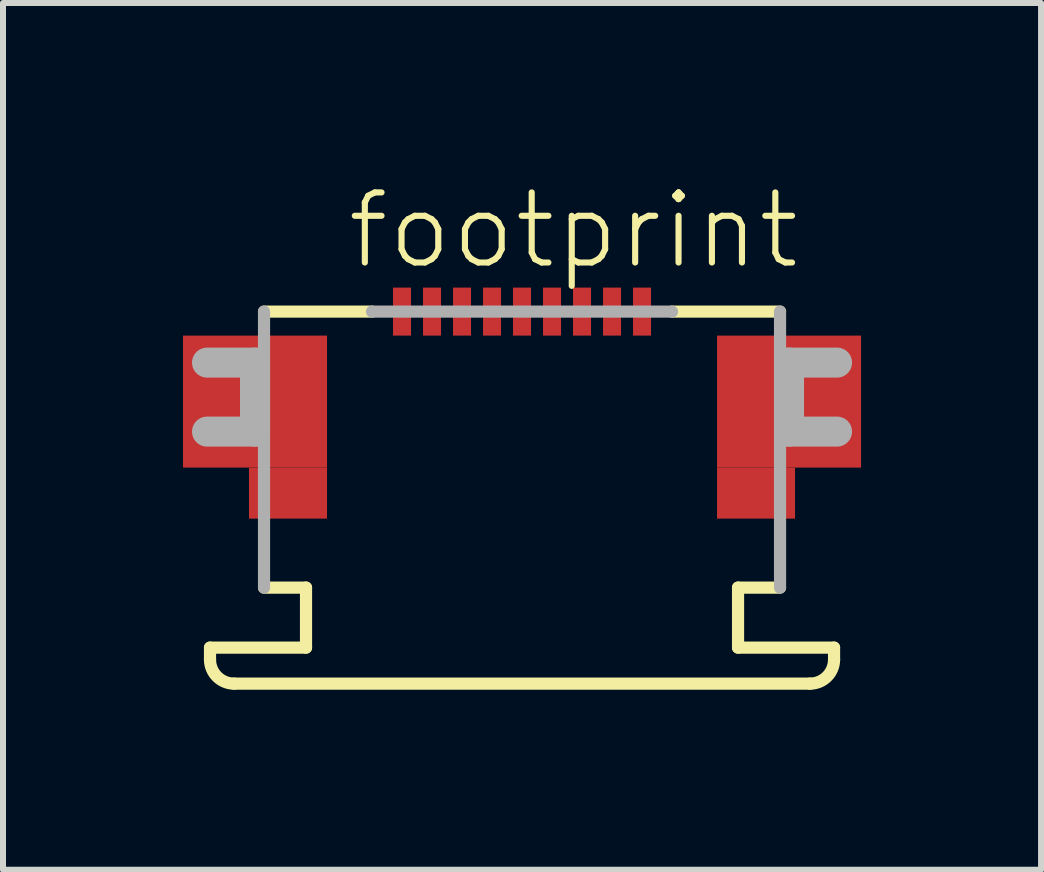
<source format=kicad_pcb>
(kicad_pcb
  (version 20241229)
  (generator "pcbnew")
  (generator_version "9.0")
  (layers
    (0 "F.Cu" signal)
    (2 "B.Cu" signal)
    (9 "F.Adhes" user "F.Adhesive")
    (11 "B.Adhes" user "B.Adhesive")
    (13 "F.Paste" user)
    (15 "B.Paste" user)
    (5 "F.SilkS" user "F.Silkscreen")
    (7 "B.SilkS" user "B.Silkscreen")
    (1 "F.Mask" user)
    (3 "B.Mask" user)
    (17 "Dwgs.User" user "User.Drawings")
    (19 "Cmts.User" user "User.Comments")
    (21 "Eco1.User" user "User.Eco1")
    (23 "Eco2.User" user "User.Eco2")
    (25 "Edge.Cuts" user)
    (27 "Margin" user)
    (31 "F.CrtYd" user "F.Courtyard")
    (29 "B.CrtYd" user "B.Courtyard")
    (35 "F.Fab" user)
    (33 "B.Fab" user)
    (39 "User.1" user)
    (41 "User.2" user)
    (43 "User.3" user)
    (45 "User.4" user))
  (footprint "footprint"
    (layer "F.Cu")
    (at 5.65 2.743)
    (property "Reference" "footprint" (at -2.965 -1.27 0) (layer "F.SilkS") (effects (font (size 1.168 1.168) (thickness 0.102)) (justify left bottom)))
    (fp_poly (pts (xy -5.65 2) (xy -3.25 2) (xy -3.25 -0.2) (xy -5.65 -0.2)) (stroke (width 0) (type solid)) (fill yes) (layer "F.Cu"))
    (fp_poly (pts (xy -4.55 2.85) (xy -3.25 2.85) (xy -3.25 2) (xy -4.55 2)) (stroke (width 0) (type solid)) (fill yes) (layer "F.Cu"))
    (fp_poly (pts (xy 3.25 2) (xy 5.65 2) (xy 5.65 -0.2) (xy 3.25 -0.2)) (stroke (width 0) (type solid)) (fill yes) (layer "F.Cu"))
    (fp_poly (pts (xy 3.25 2.85) (xy 4.55 2.85) (xy 4.55 2) (xy 3.25 2)) (stroke (width 0) (type solid)) (fill yes) (layer "F.Cu"))
    (fp_poly (pts (xy -5.65 2) (xy -3.25 2) (xy -3.25 -0.2) (xy -5.65 -0.2)) (stroke (width 0) (type solid)) (fill yes) (layer "F.Mask"))
    (fp_poly (pts (xy -4.55 2.85) (xy -3.25 2.85) (xy -3.25 2) (xy -4.55 2)) (stroke (width 0) (type solid)) (fill yes) (layer "F.Mask"))
    (fp_poly (pts (xy -2.175 -0.175) (xy -1.825 -0.175) (xy -1.825 -1.025) (xy -2.175 -1.025)) (stroke (width 0) (type solid)) (fill yes) (layer "F.Mask"))
    (fp_poly (pts (xy -1.675 -0.175) (xy -1.325 -0.175) (xy -1.325 -1.025) (xy -1.675 -1.025)) (stroke (width 0) (type solid)) (fill yes) (layer "F.Mask"))
    (fp_poly (pts (xy -1.175 -0.175) (xy -0.825 -0.175) (xy -0.825 -1.025) (xy -1.175 -1.025)) (stroke (width 0) (type solid)) (fill yes) (layer "F.Mask"))
    (fp_poly (pts (xy -0.675 -0.175) (xy -0.325 -0.175) (xy -0.325 -1.025) (xy -0.675 -1.025)) (stroke (width 0) (type solid)) (fill yes) (layer "F.Mask"))
    (fp_poly (pts (xy -0.175 -0.175) (xy 0.175 -0.175) (xy 0.175 -1.025) (xy -0.175 -1.025)) (stroke (width 0) (type solid)) (fill yes) (layer "F.Mask"))
    (fp_poly (pts (xy 0.325 -0.175) (xy 0.675 -0.175) (xy 0.675 -1.025) (xy 0.325 -1.025)) (stroke (width 0) (type solid)) (fill yes) (layer "F.Mask"))
    (fp_poly (pts (xy 0.825 -0.175) (xy 1.175 -0.175) (xy 1.175 -1.025) (xy 0.825 -1.025)) (stroke (width 0) (type solid)) (fill yes) (layer "F.Mask"))
    (fp_poly (pts (xy 1.325 -0.175) (xy 1.675 -0.175) (xy 1.675 -1.025) (xy 1.325 -1.025)) (stroke (width 0) (type solid)) (fill yes) (layer "F.Mask"))
    (fp_poly (pts (xy 1.825 -0.175) (xy 2.175 -0.175) (xy 2.175 -1.025) (xy 1.825 -1.025)) (stroke (width 0) (type solid)) (fill yes) (layer "F.Mask"))
    (fp_poly (pts (xy 3.25 2) (xy 5.65 2) (xy 5.65 -0.2) (xy 3.25 -0.2)) (stroke (width 0) (type solid)) (fill yes) (layer "F.Mask"))
    (fp_poly (pts (xy 3.25 2.85) (xy 4.55 2.85) (xy 4.55 2) (xy 3.25 2)) (stroke (width 0) (type solid)) (fill yes) (layer "F.Mask"))
    (fp_line (start -5.2 5) (end -3.6 5) (stroke (width 0.203) (type solid)) (layer "F.SilkS"))
    (fp_line (start -5.2 5.2) (end -5.2 5) (stroke (width 0.203) (type solid)) (layer "F.SilkS"))
    (fp_line (start -4.3 -0.6) (end -2.5 -0.6) (stroke (width 0.203) (type solid)) (layer "F.SilkS"))
    (fp_line (start -3.6 4) (end -4.3 4) (stroke (width 0.203) (type solid)) (layer "F.SilkS"))
    (fp_line (start -3.6 5) (end -3.6 4) (stroke (width 0.203) (type solid)) (layer "F.SilkS"))
    (fp_line (start 2.5 -0.6) (end 4.3 -0.6) (stroke (width 0.203) (type solid)) (layer "F.SilkS"))
    (fp_line (start 3.6 4) (end 3.6 5) (stroke (width 0.203) (type solid)) (layer "F.SilkS"))
    (fp_line (start 3.6 5) (end 5.2 5) (stroke (width 0.203) (type solid)) (layer "F.SilkS"))
    (fp_line (start 4.3 4) (end 3.6 4) (stroke (width 0.203) (type solid)) (layer "F.SilkS"))
    (fp_line (start 4.8 5.6) (end -4.8 5.6) (stroke (width 0.203) (type solid)) (layer "F.SilkS"))
    (fp_line (start 5.2 5) (end 5.2 5.2) (stroke (width 0.203) (type solid)) (layer "F.SilkS"))
    (fp_arc (start -4.8 5.6) (mid -5.082843 5.482843) (end -5.2 5.2) (stroke (width 0.2032) (type solid)) (layer "F.SilkS"))
    (fp_arc (start 5.2 5.2) (mid 5.082843 5.482843) (end 4.8 5.6) (stroke (width 0.2032) (type solid)) (layer "F.SilkS"))
    (fp_poly (pts (xy -5.525 1.9) (xy -3.35 1.9) (xy -3.35 -0.075) (xy -5.525 -0.075)) (stroke (width 0) (type solid)) (fill yes) (layer "F.Paste"))
    (fp_poly (pts (xy -4.45 2.75) (xy -3.35 2.75) (xy -3.35 1.9) (xy -4.45 1.9)) (stroke (width 0) (type solid)) (fill yes) (layer "F.Paste"))
    (fp_poly (pts (xy 3.35 1.9) (xy 5.525 1.9) (xy 5.525 -0.075) (xy 3.35 -0.075)) (stroke (width 0) (type solid)) (fill yes) (layer "F.Paste"))
    (fp_poly (pts (xy 3.35 2.75) (xy 4.45 2.75) (xy 4.45 1.9) (xy 3.35 1.9)) (stroke (width 0) (type solid)) (fill yes) (layer "F.Paste"))
    (fp_line (start -5.25 0.25) (end -4.45 0.25) (stroke (width 0.5) (type solid)) (layer "F.Fab"))
    (fp_line (start -4.45 0.25) (end -4.45 1.4) (stroke (width 0.5) (type solid)) (layer "F.Fab"))
    (fp_line (start -4.45 1.4) (end -5.25 1.4) (stroke (width 0.5) (type solid)) (layer "F.Fab"))
    (fp_line (start -4.3 4) (end -4.3 -0.6) (stroke (width 0.203) (type solid)) (layer "F.Fab"))
    (fp_line (start -2.5 -0.6) (end 2.5 -0.6) (stroke (width 0.203) (type solid)) (layer "F.Fab"))
    (fp_line (start 4.3 -0.6) (end 4.3 4) (stroke (width 0.203) (type solid)) (layer "F.Fab"))
    (fp_line (start 4.45 0.25) (end 5.25 0.25) (stroke (width 0.5) (type solid)) (layer "F.Fab"))
    (fp_line (start 4.45 1.4) (end 4.45 0.25) (stroke (width 0.5) (type solid)) (layer "F.Fab"))
    (fp_line (start 5.25 1.4) (end 4.45 1.4) (stroke (width 0.5) (type solid)) (layer "F.Fab"))
    (pad "1" smd rect (at -2 -0.6) (size 0.3 0.8) (layers "F.Cu" "F.Paste"))
    (pad "2" smd rect (at -1.5 -0.6) (size 0.3 0.8) (layers "F.Cu" "F.Paste"))
    (pad "3" smd rect (at -1 -0.6) (size 0.3 0.8) (layers "F.Cu" "F.Paste"))
    (pad "4" smd rect (at -0.5 -0.6) (size 0.3 0.8) (layers "F.Cu" "F.Paste"))
    (pad "5" smd rect (at 0 -0.6) (size 0.3 0.8) (layers "F.Cu" "F.Paste"))
    (pad "6" smd rect (at 0.5 -0.6) (size 0.3 0.8) (layers "F.Cu" "F.Paste"))
    (pad "7" smd rect (at 1 -0.6) (size 0.3 0.8) (layers "F.Cu" "F.Paste"))
    (pad "8" smd rect (at 1.5 -0.6) (size 0.3 0.8) (layers "F.Cu" "F.Paste"))
    (pad "9" smd rect (at 2 -0.6) (size 0.3 0.8) (layers "F.Cu" "F.Paste")))
  (gr_rect
    (start -3 -3)
    (end 14.3 11.445)
    (stroke (width 0.1) (type default))
    (fill no)
    (layer "Edge.Cuts")))
</source>
